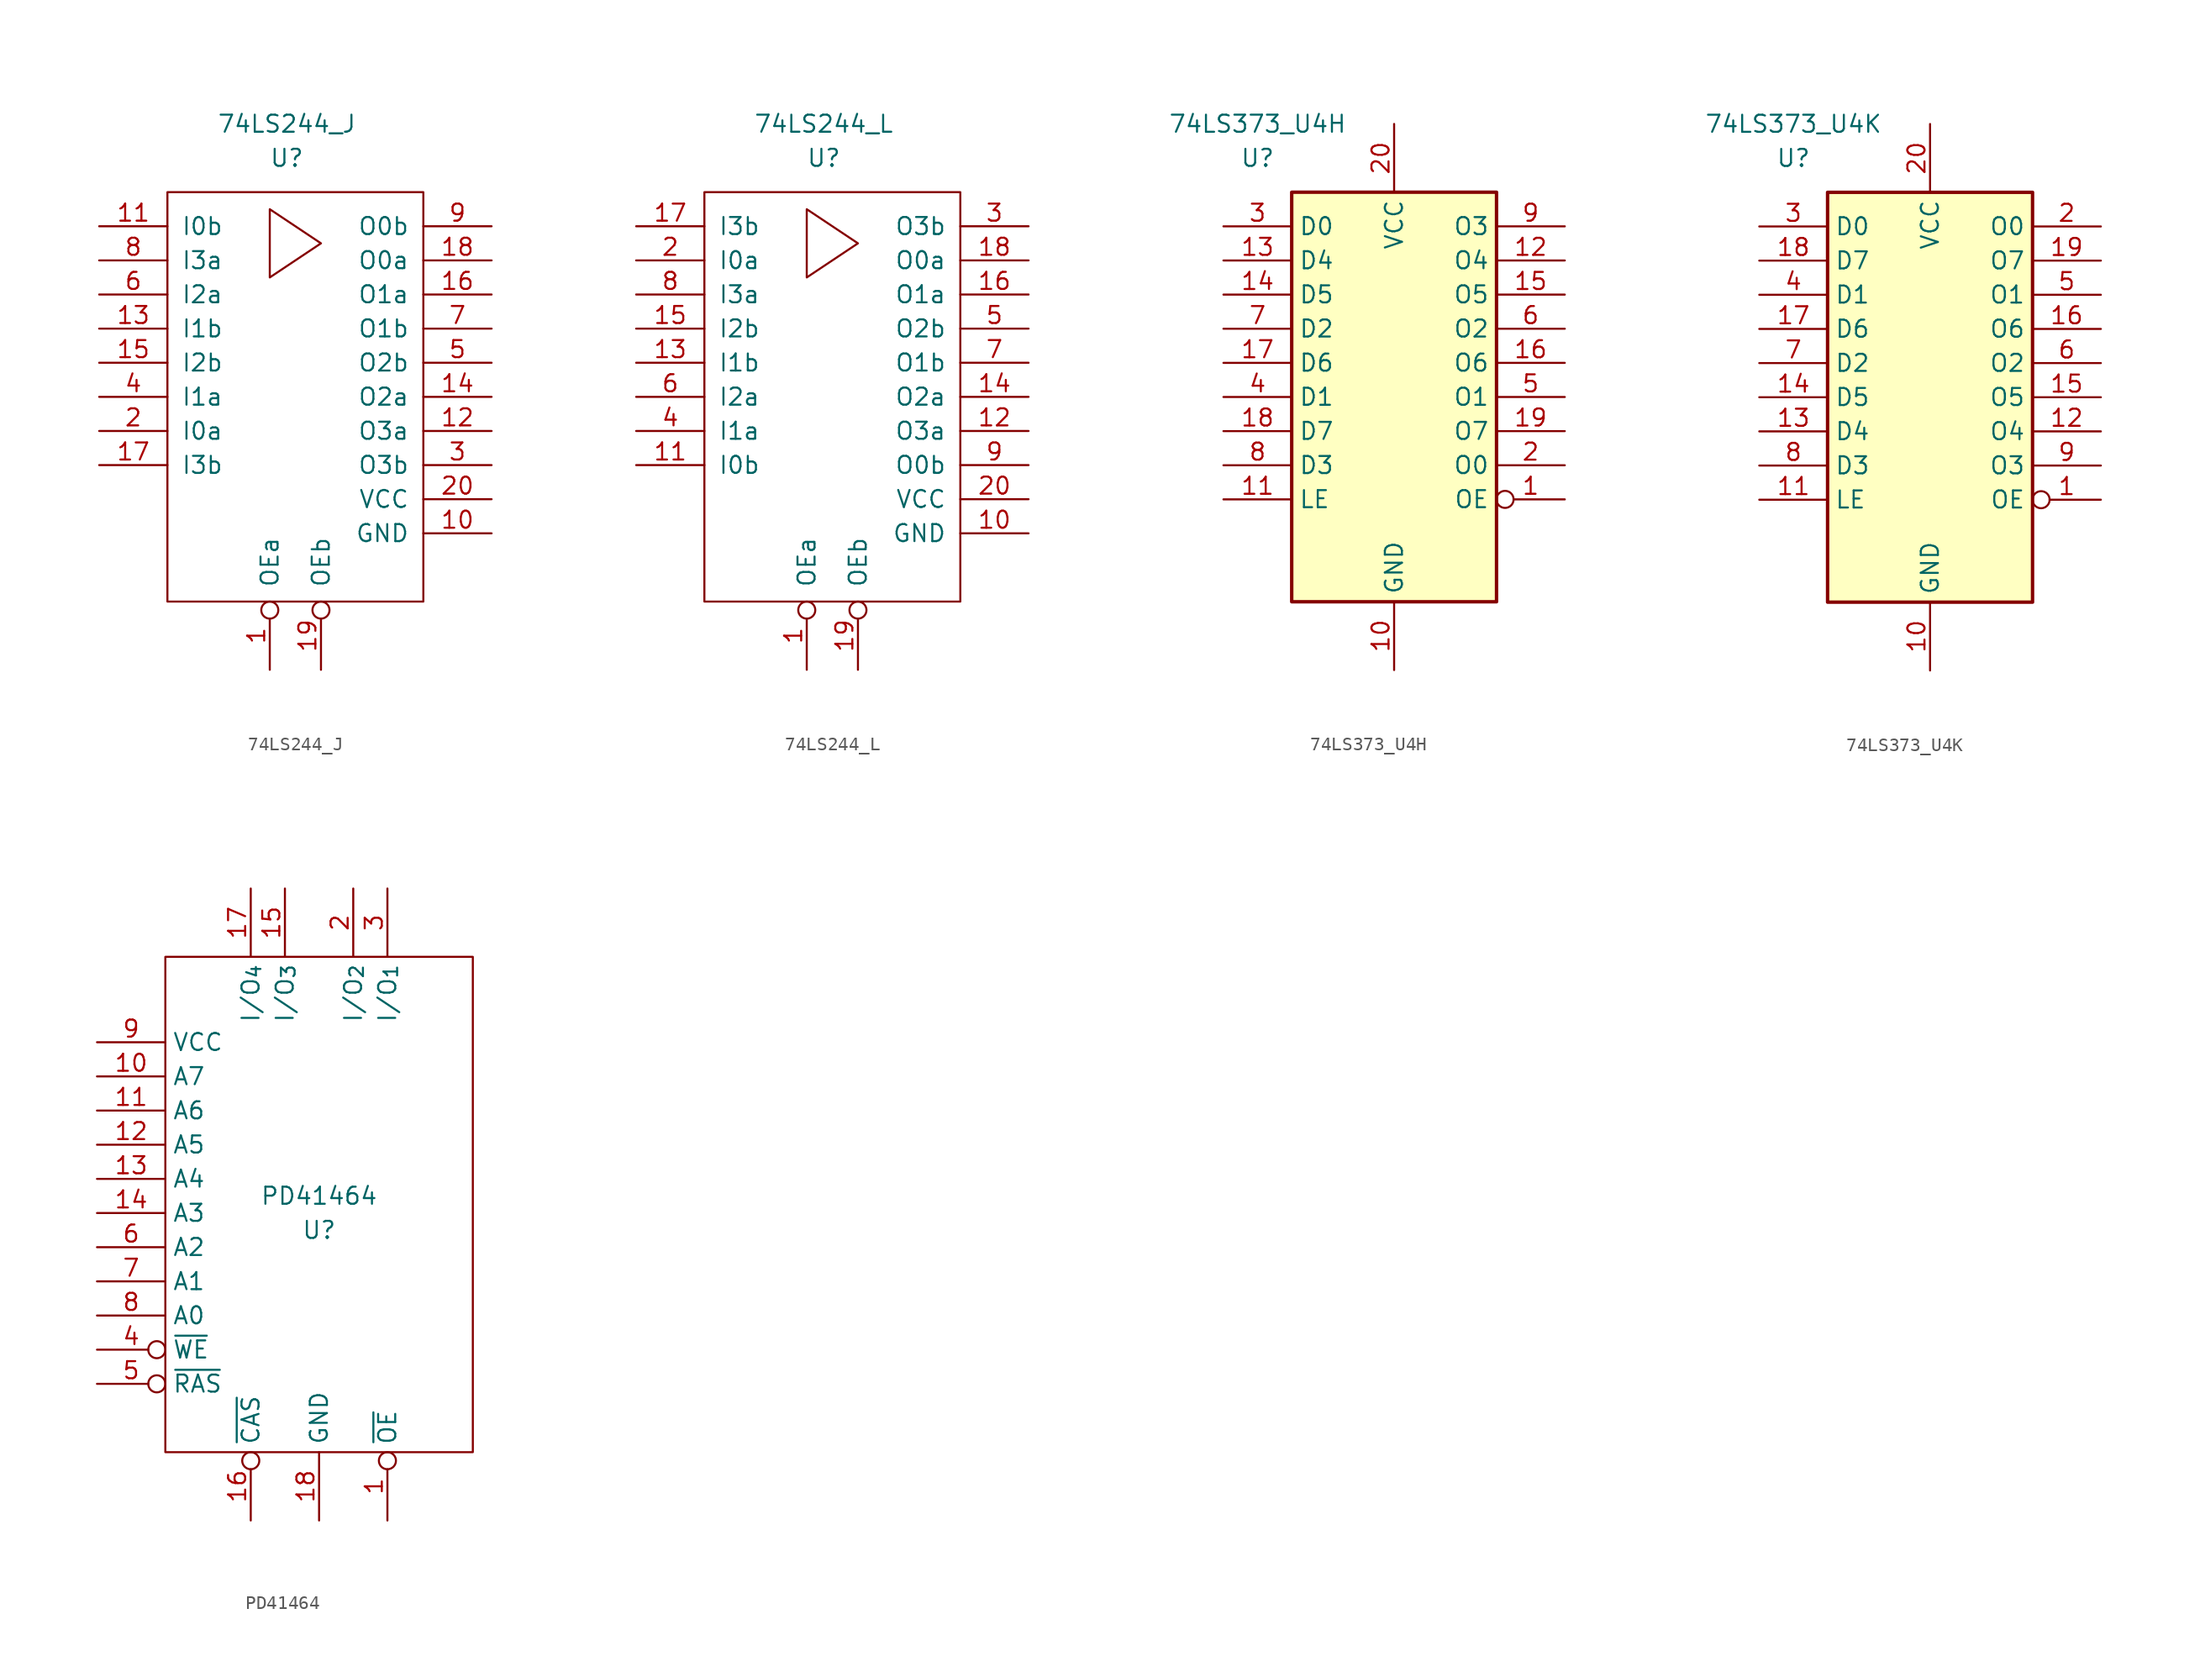
<source format=kicad_sym>
(kicad_symbol_lib
  (version 20211014)
  (generator kicad_symbol_editor)
  (symbol "74LS244_J"
    (pin_names
      (offset 1.016))
    (property "Reference" "U"
      (at 8.89 2.54 0)
      (effects (font (size 1.27 1.27))))
    (property "Value" "74LS244_J"
      (at 8.89 5.08 0)
      (effects (font (size 1.27 1.27))))
    (symbol "74LS244_J_0_1"
      (polyline (pts (xy 7.62 -1.27) (xy 7.62 -6.35) (xy 11.43 -3.81) (xy 7.62 -1.27)) (stroke (width 0) (type default) (color 0 0 0 0)) (fill (type none)))
      (rectangle (start 0 0) (end 19.05 -30.48) (stroke (width 0) (type default) (color 0 0 0 0)) (fill (type none))))
    (symbol "74LS244_J_1_0"
      (pin input inverted (at 7.62 -35.56 90) (length 5.08) (name "OEa" (effects (font (size 1.27 1.27)))) (number "1" (effects (font (size 1.27 1.27)))))
      (pin power_in line (at 24.13 -25.4 180) (length 5.08) (name "GND" (effects (font (size 1.27 1.27)))) (number "10" (effects (font (size 1.27 1.27)))))
      (pin input line (at -5.08 -2.54 0) (length 5.08) (name "I0b" (effects (font (size 1.27 1.27)))) (number "11" (effects (font (size 1.27 1.27)))))
      (pin tri_state line (at 24.13 -17.78 180) (length 5.08) (name "O3a" (effects (font (size 1.27 1.27)))) (number "12" (effects (font (size 1.27 1.27)))))
      (pin input line (at -5.08 -10.16 0) (length 5.08) (name "I1b" (effects (font (size 1.27 1.27)))) (number "13" (effects (font (size 1.27 1.27)))))
      (pin tri_state line (at 24.13 -15.24 180) (length 5.08) (name "O2a" (effects (font (size 1.27 1.27)))) (number "14" (effects (font (size 1.27 1.27)))))
      (pin input line (at -5.08 -12.7 0) (length 5.08) (name "I2b" (effects (font (size 1.27 1.27)))) (number "15" (effects (font (size 1.27 1.27)))))
      (pin tri_state line (at 24.13 -7.62 180) (length 5.08) (name "O1a" (effects (font (size 1.27 1.27)))) (number "16" (effects (font (size 1.27 1.27)))))
      (pin input line (at -5.08 -20.32 0) (length 5.08) (name "I3b" (effects (font (size 1.27 1.27)))) (number "17" (effects (font (size 1.27 1.27)))))
      (pin tri_state line (at 24.13 -5.08 180) (length 5.08) (name "O0a" (effects (font (size 1.27 1.27)))) (number "18" (effects (font (size 1.27 1.27)))))
      (pin input inverted (at 11.43 -35.56 90) (length 5.08) (name "OEb" (effects (font (size 1.27 1.27)))) (number "19" (effects (font (size 1.27 1.27)))))
      (pin input line (at -5.08 -17.78 0) (length 5.08) (name "I0a" (effects (font (size 1.27 1.27)))) (number "2" (effects (font (size 1.27 1.27)))))
      (pin power_in line (at 24.13 -22.86 180) (length 5.08) (name "VCC" (effects (font (size 1.27 1.27)))) (number "20" (effects (font (size 1.27 1.27)))))
      (pin tri_state line (at 24.13 -20.32 180) (length 5.08) (name "O3b" (effects (font (size 1.27 1.27)))) (number "3" (effects (font (size 1.27 1.27)))))
      (pin input line (at -5.08 -15.24 0) (length 5.08) (name "I1a" (effects (font (size 1.27 1.27)))) (number "4" (effects (font (size 1.27 1.27)))))
      (pin tri_state line (at 24.13 -12.7 180) (length 5.08) (name "O2b" (effects (font (size 1.27 1.27)))) (number "5" (effects (font (size 1.27 1.27)))))
      (pin input line (at -5.08 -7.62 0) (length 5.08) (name "I2a" (effects (font (size 1.27 1.27)))) (number "6" (effects (font (size 1.27 1.27)))))
      (pin tri_state line (at 24.13 -10.16 180) (length 5.08) (name "O1b" (effects (font (size 1.27 1.27)))) (number "7" (effects (font (size 1.27 1.27)))))
      (pin input line (at -5.08 -5.08 0) (length 5.08) (name "I3a" (effects (font (size 1.27 1.27)))) (number "8" (effects (font (size 1.27 1.27)))))
      (pin tri_state line (at 24.13 -2.54 180) (length 5.08) (name "O0b" (effects (font (size 1.27 1.27)))) (number "9" (effects (font (size 1.27 1.27)))))))
  (symbol "74LS244_L"
    (pin_names
      (offset 1.016))
    (property "Reference" "U"
      (at 8.89 2.54 0)
      (effects (font (size 1.27 1.27))))
    (property "Value" "74LS244_L"
      (at 8.89 5.08 0)
      (effects (font (size 1.27 1.27))))
    (symbol "74LS244_L_0_1"
      (polyline (pts (xy 7.62 -1.27) (xy 7.62 -6.35) (xy 11.43 -3.81) (xy 7.62 -1.27)) (stroke (width 0) (type default) (color 0 0 0 0)) (fill (type none)))
      (rectangle (start 0 0) (end 19.05 -30.48) (stroke (width 0) (type default) (color 0 0 0 0)) (fill (type none))))
    (symbol "74LS244_L_1_0"
      (pin input inverted (at 7.62 -35.56 90) (length 5.08) (name "OEa" (effects (font (size 1.27 1.27)))) (number "1" (effects (font (size 1.27 1.27)))))
      (pin power_in line (at 24.13 -25.4 180) (length 5.08) (name "GND" (effects (font (size 1.27 1.27)))) (number "10" (effects (font (size 1.27 1.27)))))
      (pin input line (at -5.08 -20.32 0) (length 5.08) (name "I0b" (effects (font (size 1.27 1.27)))) (number "11" (effects (font (size 1.27 1.27)))))
      (pin tri_state line (at 24.13 -17.78 180) (length 5.08) (name "O3a" (effects (font (size 1.27 1.27)))) (number "12" (effects (font (size 1.27 1.27)))))
      (pin input line (at -5.08 -12.7 0) (length 5.08) (name "I1b" (effects (font (size 1.27 1.27)))) (number "13" (effects (font (size 1.27 1.27)))))
      (pin tri_state line (at 24.13 -15.24 180) (length 5.08) (name "O2a" (effects (font (size 1.27 1.27)))) (number "14" (effects (font (size 1.27 1.27)))))
      (pin input line (at -5.08 -10.16 0) (length 5.08) (name "I2b" (effects (font (size 1.27 1.27)))) (number "15" (effects (font (size 1.27 1.27)))))
      (pin tri_state line (at 24.13 -7.62 180) (length 5.08) (name "O1a" (effects (font (size 1.27 1.27)))) (number "16" (effects (font (size 1.27 1.27)))))
      (pin input line (at -5.08 -2.54 0) (length 5.08) (name "I3b" (effects (font (size 1.27 1.27)))) (number "17" (effects (font (size 1.27 1.27)))))
      (pin tri_state line (at 24.13 -5.08 180) (length 5.08) (name "O0a" (effects (font (size 1.27 1.27)))) (number "18" (effects (font (size 1.27 1.27)))))
      (pin input inverted (at 11.43 -35.56 90) (length 5.08) (name "OEb" (effects (font (size 1.27 1.27)))) (number "19" (effects (font (size 1.27 1.27)))))
      (pin input line (at -5.08 -5.08 0) (length 5.08) (name "I0a" (effects (font (size 1.27 1.27)))) (number "2" (effects (font (size 1.27 1.27)))))
      (pin power_in line (at 24.13 -22.86 180) (length 5.08) (name "VCC" (effects (font (size 1.27 1.27)))) (number "20" (effects (font (size 1.27 1.27)))))
      (pin tri_state line (at 24.13 -2.54 180) (length 5.08) (name "O3b" (effects (font (size 1.27 1.27)))) (number "3" (effects (font (size 1.27 1.27)))))
      (pin input line (at -5.08 -17.78 0) (length 5.08) (name "I1a" (effects (font (size 1.27 1.27)))) (number "4" (effects (font (size 1.27 1.27)))))
      (pin tri_state line (at 24.13 -10.16 180) (length 5.08) (name "O2b" (effects (font (size 1.27 1.27)))) (number "5" (effects (font (size 1.27 1.27)))))
      (pin input line (at -5.08 -15.24 0) (length 5.08) (name "I2a" (effects (font (size 1.27 1.27)))) (number "6" (effects (font (size 1.27 1.27)))))
      (pin tri_state line (at 24.13 -12.7 180) (length 5.08) (name "O1b" (effects (font (size 1.27 1.27)))) (number "7" (effects (font (size 1.27 1.27)))))
      (pin input line (at -5.08 -7.62 0) (length 5.08) (name "I3a" (effects (font (size 1.27 1.27)))) (number "8" (effects (font (size 1.27 1.27)))))
      (pin tri_state line (at 24.13 -20.32 180) (length 5.08) (name "O0b" (effects (font (size 1.27 1.27)))) (number "9" (effects (font (size 1.27 1.27)))))))
  (symbol "74LS373_U4H"
    (property "Reference" "U"
      (at -10.16 17.78 0)
      (effects (font (size 1.27 1.27))))
    (property "Value" "74LS373_U4H"
      (at -10.16 20.32 0)
      (effects (font (size 1.27 1.27))))
    (symbol "74LS373_U4H_1_0"
      (pin input inverted (at 12.7 -7.62 180) (length 5.08) (name "OE" (effects (font (size 1.27 1.27)))) (number "1" (effects (font (size 1.27 1.27)))))
      (pin power_in line (at 0 -20.32 90) (length 5.08) (name "GND" (effects (font (size 1.27 1.27)))) (number "10" (effects (font (size 1.27 1.27)))))
      (pin input line (at -12.7 -7.62 0) (length 5.08) (name "LE" (effects (font (size 1.27 1.27)))) (number "11" (effects (font (size 1.27 1.27)))))
      (pin tri_state line (at 12.7 10.16 180) (length 5.08) (name "O4" (effects (font (size 1.27 1.27)))) (number "12" (effects (font (size 1.27 1.27)))))
      (pin input line (at -12.7 10.16 0) (length 5.08) (name "D4" (effects (font (size 1.27 1.27)))) (number "13" (effects (font (size 1.27 1.27)))))
      (pin input line (at -12.7 7.62 0) (length 5.08) (name "D5" (effects (font (size 1.27 1.27)))) (number "14" (effects (font (size 1.27 1.27)))))
      (pin tri_state line (at 12.7 7.62 180) (length 5.08) (name "O5" (effects (font (size 1.27 1.27)))) (number "15" (effects (font (size 1.27 1.27)))))
      (pin tri_state line (at 12.7 2.54 180) (length 5.08) (name "O6" (effects (font (size 1.27 1.27)))) (number "16" (effects (font (size 1.27 1.27)))))
      (pin input line (at -12.7 2.54 0) (length 5.08) (name "D6" (effects (font (size 1.27 1.27)))) (number "17" (effects (font (size 1.27 1.27)))))
      (pin input line (at -12.7 -2.54 0) (length 5.08) (name "D7" (effects (font (size 1.27 1.27)))) (number "18" (effects (font (size 1.27 1.27)))))
      (pin tri_state line (at 12.7 -2.54 180) (length 5.08) (name "O7" (effects (font (size 1.27 1.27)))) (number "19" (effects (font (size 1.27 1.27)))))
      (pin tri_state line (at 12.7 -5.08 180) (length 5.08) (name "O0" (effects (font (size 1.27 1.27)))) (number "2" (effects (font (size 1.27 1.27)))))
      (pin power_in line (at 0 20.32 270) (length 5.08) (name "VCC" (effects (font (size 1.27 1.27)))) (number "20" (effects (font (size 1.27 1.27)))))
      (pin input line (at -12.7 12.7 0) (length 5.08) (name "D0" (effects (font (size 1.27 1.27)))) (number "3" (effects (font (size 1.27 1.27)))))
      (pin input line (at -12.7 0 0) (length 5.08) (name "D1" (effects (font (size 1.27 1.27)))) (number "4" (effects (font (size 1.27 1.27)))))
      (pin tri_state line (at 12.7 0 180) (length 5.08) (name "O1" (effects (font (size 1.27 1.27)))) (number "5" (effects (font (size 1.27 1.27)))))
      (pin tri_state line (at 12.7 5.08 180) (length 5.08) (name "O2" (effects (font (size 1.27 1.27)))) (number "6" (effects (font (size 1.27 1.27)))))
      (pin input line (at -12.7 5.08 0) (length 5.08) (name "D2" (effects (font (size 1.27 1.27)))) (number "7" (effects (font (size 1.27 1.27)))))
      (pin input line (at -12.7 -5.08 0) (length 5.08) (name "D3" (effects (font (size 1.27 1.27)))) (number "8" (effects (font (size 1.27 1.27)))))
      (pin tri_state line (at 12.7 12.7 180) (length 5.08) (name "O3" (effects (font (size 1.27 1.27)))) (number "9" (effects (font (size 1.27 1.27))))))
    (symbol "74LS373_U4H_1_1"
      (rectangle (start -7.62 15.24) (end 7.62 -15.24) (stroke (width 0.254) (type default) (color 0 0 0 0)) (fill (type background)))))
  (symbol "74LS373_U4K"
    (property "Reference" "U"
      (at -10.16 17.78 0)
      (effects (font (size 1.27 1.27))))
    (property "Value" "74LS373_U4K"
      (at -10.16 20.32 0)
      (effects (font (size 1.27 1.27))))
    (symbol "74LS373_U4K_1_0"
      (pin input inverted (at 12.7 -7.62 180) (length 5.08) (name "OE" (effects (font (size 1.27 1.27)))) (number "1" (effects (font (size 1.27 1.27)))))
      (pin power_in line (at 0 -20.32 90) (length 5.08) (name "GND" (effects (font (size 1.27 1.27)))) (number "10" (effects (font (size 1.27 1.27)))))
      (pin input line (at -12.7 -7.62 0) (length 5.08) (name "LE" (effects (font (size 1.27 1.27)))) (number "11" (effects (font (size 1.27 1.27)))))
      (pin tri_state line (at 12.7 -2.54 180) (length 5.08) (name "O4" (effects (font (size 1.27 1.27)))) (number "12" (effects (font (size 1.27 1.27)))))
      (pin input line (at -12.7 -2.54 0) (length 5.08) (name "D4" (effects (font (size 1.27 1.27)))) (number "13" (effects (font (size 1.27 1.27)))))
      (pin input line (at -12.7 0 0) (length 5.08) (name "D5" (effects (font (size 1.27 1.27)))) (number "14" (effects (font (size 1.27 1.27)))))
      (pin tri_state line (at 12.7 0 180) (length 5.08) (name "O5" (effects (font (size 1.27 1.27)))) (number "15" (effects (font (size 1.27 1.27)))))
      (pin tri_state line (at 12.7 5.08 180) (length 5.08) (name "O6" (effects (font (size 1.27 1.27)))) (number "16" (effects (font (size 1.27 1.27)))))
      (pin input line (at -12.7 5.08 0) (length 5.08) (name "D6" (effects (font (size 1.27 1.27)))) (number "17" (effects (font (size 1.27 1.27)))))
      (pin input line (at -12.7 10.16 0) (length 5.08) (name "D7" (effects (font (size 1.27 1.27)))) (number "18" (effects (font (size 1.27 1.27)))))
      (pin tri_state line (at 12.7 10.16 180) (length 5.08) (name "O7" (effects (font (size 1.27 1.27)))) (number "19" (effects (font (size 1.27 1.27)))))
      (pin tri_state line (at 12.7 12.7 180) (length 5.08) (name "O0" (effects (font (size 1.27 1.27)))) (number "2" (effects (font (size 1.27 1.27)))))
      (pin power_in line (at 0 20.32 270) (length 5.08) (name "VCC" (effects (font (size 1.27 1.27)))) (number "20" (effects (font (size 1.27 1.27)))))
      (pin input line (at -12.7 12.7 0) (length 5.08) (name "D0" (effects (font (size 1.27 1.27)))) (number "3" (effects (font (size 1.27 1.27)))))
      (pin input line (at -12.7 7.62 0) (length 5.08) (name "D1" (effects (font (size 1.27 1.27)))) (number "4" (effects (font (size 1.27 1.27)))))
      (pin tri_state line (at 12.7 7.62 180) (length 5.08) (name "O1" (effects (font (size 1.27 1.27)))) (number "5" (effects (font (size 1.27 1.27)))))
      (pin tri_state line (at 12.7 2.54 180) (length 5.08) (name "O2" (effects (font (size 1.27 1.27)))) (number "6" (effects (font (size 1.27 1.27)))))
      (pin input line (at -12.7 2.54 0) (length 5.08) (name "D2" (effects (font (size 1.27 1.27)))) (number "7" (effects (font (size 1.27 1.27)))))
      (pin input line (at -12.7 -5.08 0) (length 5.08) (name "D3" (effects (font (size 1.27 1.27)))) (number "8" (effects (font (size 1.27 1.27)))))
      (pin tri_state line (at 12.7 -5.08 180) (length 5.08) (name "O3" (effects (font (size 1.27 1.27)))) (number "9" (effects (font (size 1.27 1.27))))))
    (symbol "74LS373_U4K_1_1"
      (rectangle (start -7.62 15.24) (end 7.62 -15.24) (stroke (width 0.254) (type default) (color 0 0 0 0)) (fill (type background)))))
  (symbol "PD41464"
    (property "Reference" "U"
      (at 11.43 -20.32 0)
      (effects (font (size 1.27 1.27))))
    (property "Value" "PD41464"
      (at 11.43 -17.78 0)
      (effects (font (size 1.27 1.27))))
    (symbol "PD41464_0_1"
      (rectangle (start 0 -36.83) (end 22.86 0) (stroke (width 0) (type default) (color 0 0 0 0)) (fill (type none))))
    (symbol "PD41464_1_1"
      (pin input inverted (at 16.51 -41.91 90) (length 5.08) (name "~{OE}" (effects (font (size 1.27 1.27)))) (number "1" (effects (font (size 1.27 1.27)))))
      (pin input line (at -5.08 -8.89 0) (length 5.08) (name "A7" (effects (font (size 1.27 1.27)))) (number "10" (effects (font (size 1.27 1.27)))))
      (pin input line (at -5.08 -11.43 0) (length 5.08) (name "A6" (effects (font (size 1.27 1.27)))) (number "11" (effects (font (size 1.27 1.27)))))
      (pin input line (at -5.08 -13.97 0) (length 5.08) (name "A5" (effects (font (size 1.27 1.27)))) (number "12" (effects (font (size 1.27 1.27)))))
      (pin input line (at -5.08 -16.51 0) (length 5.08) (name "A4" (effects (font (size 1.27 1.27)))) (number "13" (effects (font (size 1.27 1.27)))))
      (pin input line (at -5.08 -19.05 0) (length 5.08) (name "A3" (effects (font (size 1.27 1.27)))) (number "14" (effects (font (size 1.27 1.27)))))
      (pin bidirectional line (at 8.89 5.08 270) (length 5.08) (name "I/O_{3}" (effects (font (size 1.27 1.27)))) (number "15" (effects (font (size 1.27 1.27)))))
      (pin input inverted (at 6.35 -41.91 90) (length 5.08) (name "~{CAS}" (effects (font (size 1.27 1.27)))) (number "16" (effects (font (size 1.27 1.27)))))
      (pin bidirectional line (at 6.35 5.08 270) (length 5.08) (name "I/O_{4}" (effects (font (size 1.27 1.27)))) (number "17" (effects (font (size 1.27 1.27)))))
      (pin power_in line (at 11.43 -41.91 90) (length 5.08) (name "GND" (effects (font (size 1.27 1.27)))) (number "18" (effects (font (size 1.27 1.27)))))
      (pin bidirectional line (at 13.97 5.08 270) (length 5.08) (name "I/O_{2}" (effects (font (size 1.27 1.27)))) (number "2" (effects (font (size 1.27 1.27)))))
      (pin bidirectional line (at 16.51 5.08 270) (length 5.08) (name "I/O_{1}" (effects (font (size 1.27 1.27)))) (number "3" (effects (font (size 1.27 1.27)))))
      (pin input inverted (at -5.08 -29.21 0) (length 5.08) (name "~{WE}" (effects (font (size 1.27 1.27)))) (number "4" (effects (font (size 1.27 1.27)))))
      (pin input inverted (at -5.08 -31.75 0) (length 5.08) (name "~{RAS}" (effects (font (size 1.27 1.27)))) (number "5" (effects (font (size 1.27 1.27)))))
      (pin input line (at -5.08 -21.59 0) (length 5.08) (name "A2" (effects (font (size 1.27 1.27)))) (number "6" (effects (font (size 1.27 1.27)))))
      (pin input line (at -5.08 -24.13 0) (length 5.08) (name "A1" (effects (font (size 1.27 1.27)))) (number "7" (effects (font (size 1.27 1.27)))))
      (pin input line (at -5.08 -26.67 0) (length 5.08) (name "A0" (effects (font (size 1.27 1.27)))) (number "8" (effects (font (size 1.27 1.27)))))
      (pin power_in line (at -5.08 -6.35 0) (length 5.08) (name "VCC" (effects (font (size 1.27 1.27)))) (number "9" (effects (font (size 1.27 1.27))))))))
</source>
